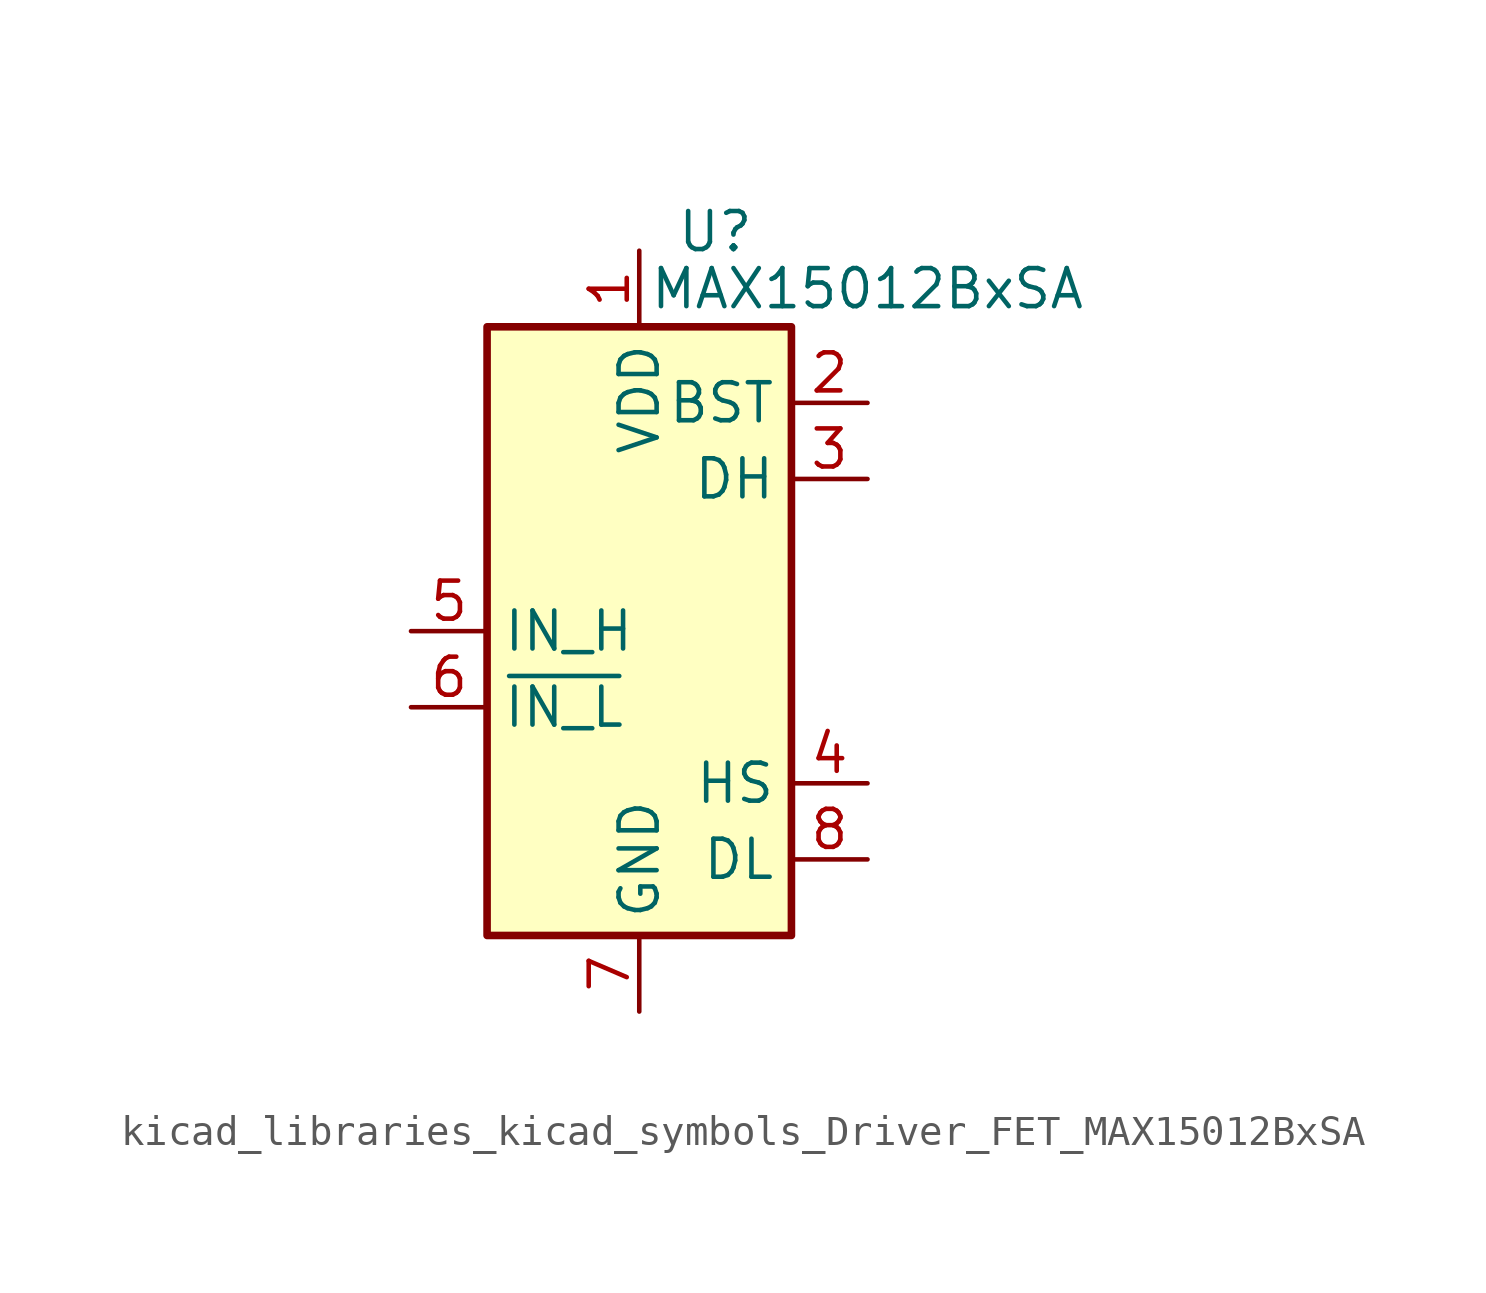
<source format=kicad_sym>
(kicad_symbol_lib
  (version 20220914)
  (generator kicad_symbol_editor)
  (symbol "kicad_libraries_kicad_symbols_Driver_FET_MAX15012BxSA"
    (property "Reference" "U"
      (at 2.54 13.335 0)
      (effects (font (size 1.27 1.27))))
    (property "Value" "MAX15012BxSA"
      (at 7.62 11.43 0)
      (effects (font (size 1.27 1.27))))
    (symbol "kicad_libraries_kicad_symbols_Driver_FET_MAX15012BxSA_0_1"
      (rectangle (start -5.08 -10.16) (end 5.08 10.16) (stroke (width 0.254) (type default)) (fill (type background))))
    (symbol "kicad_libraries_kicad_symbols_Driver_FET_MAX15012BxSA_1_1"
      (pin power_in line (at 0 12.7 270) (length 2.54) (name "VDD" (effects (font (size 1.27 1.27)))) (number "1" (effects (font (size 1.27 1.27)))))
      (pin power_in line (at 7.62 7.62 180) (length 2.54) (name "BST" (effects (font (size 1.27 1.27)))) (number "2" (effects (font (size 1.27 1.27)))))
      (pin output line (at 7.62 5.08 180) (length 2.54) (name "DH" (effects (font (size 1.27 1.27)))) (number "3" (effects (font (size 1.27 1.27)))))
      (pin passive line (at 7.62 -5.08 180) (length 2.54) (name "HS" (effects (font (size 1.27 1.27)))) (number "4" (effects (font (size 1.27 1.27)))))
      (pin input line (at -7.62 0 0) (length 2.54) (name "IN_H" (effects (font (size 1.27 1.27)))) (number "5" (effects (font (size 1.27 1.27)))))
      (pin input line (at -7.62 -2.54 0) (length 2.54) (name "~{IN_L}" (effects (font (size 1.27 1.27)))) (number "6" (effects (font (size 1.27 1.27)))))
      (pin power_in line (at 0 -12.7 90) (length 2.54) (name "GND" (effects (font (size 1.27 1.27)))) (number "7" (effects (font (size 1.27 1.27)))))
      (pin output line (at 7.62 -7.62 180) (length 2.54) (name "DL" (effects (font (size 1.27 1.27)))) (number "8" (effects (font (size 1.27 1.27))))))))
</source>
